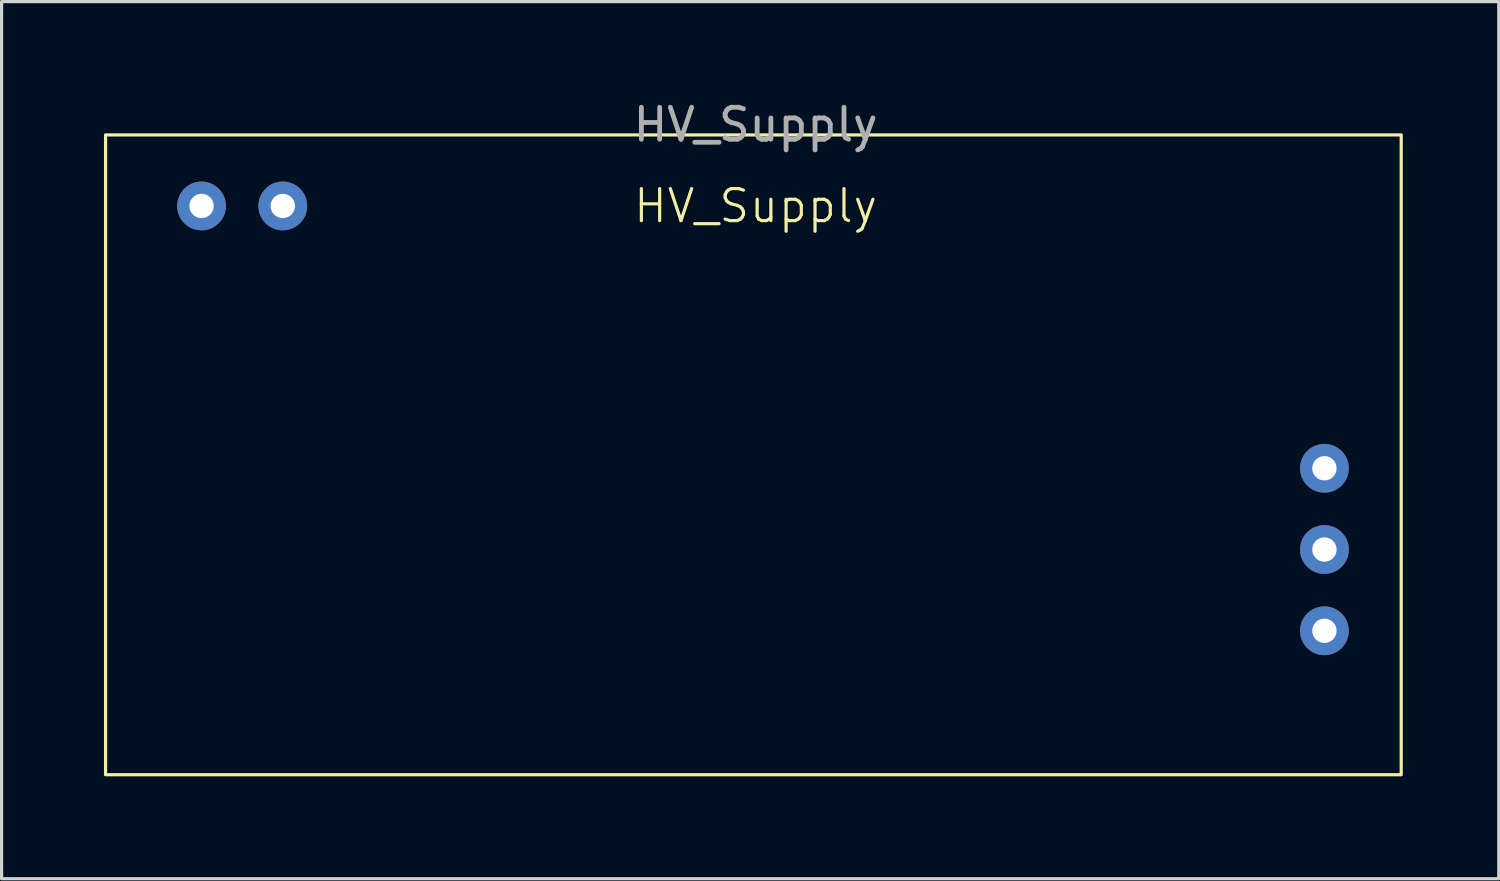
<source format=kicad_pcb>
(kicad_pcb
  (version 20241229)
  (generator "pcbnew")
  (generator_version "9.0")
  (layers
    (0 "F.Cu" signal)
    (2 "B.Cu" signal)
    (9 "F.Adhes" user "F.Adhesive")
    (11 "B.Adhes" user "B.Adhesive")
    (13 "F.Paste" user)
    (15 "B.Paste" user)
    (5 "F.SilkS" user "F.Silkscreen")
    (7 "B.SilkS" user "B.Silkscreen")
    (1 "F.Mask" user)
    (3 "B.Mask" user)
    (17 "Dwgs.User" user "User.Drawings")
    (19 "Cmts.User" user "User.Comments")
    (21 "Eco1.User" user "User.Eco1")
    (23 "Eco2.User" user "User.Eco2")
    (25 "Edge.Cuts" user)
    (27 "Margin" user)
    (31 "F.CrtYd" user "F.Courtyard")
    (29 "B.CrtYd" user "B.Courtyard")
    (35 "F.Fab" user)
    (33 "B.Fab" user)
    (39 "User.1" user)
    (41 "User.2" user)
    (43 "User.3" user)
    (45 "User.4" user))
  (footprint "HV_Supply"
    (layer "F.Cu")
    (at 0.25 21.168)
    (property "Reference" "HV_Supply" (at 20.32 -17.78 0) (unlocked yes) (layer "F.SilkS") (effects (font (size 1 1) (thickness 0.1))))
    (attr through_hole)
    (fp_rect (start 0 -20) (end 40.5 0) (stroke (width 0.1) (type default)) (fill no) (layer "F.SilkS"))
    (fp_text user "${REFERENCE}" (at 20.32 -20.32 0) (unlocked yes) (layer "F.Fab") (effects (font (size 1 1) (thickness 0.15))))
    (pad "1" thru_hole circle (at 3 -17.78) (size 1.524 1.524) (drill 0.762) (layers "*.Cu" "*.Mask"))
    (pad "2" thru_hole circle (at 5.54 -17.78) (size 1.524 1.524) (drill 0.762) (layers "*.Cu" "*.Mask"))
    (pad "3" thru_hole circle (at 38.1 -9.58) (size 1.524 1.524) (drill 0.762) (layers "*.Cu" "*.Mask"))
    (pad "4" thru_hole circle (at 38.1 -7.04) (size 1.524 1.524) (drill 0.762) (layers "*.Cu" "*.Mask"))
    (pad "5" thru_hole circle (at 38.1 -4.5) (size 1.524 1.524) (drill 0.762) (layers "*.Cu" "*.Mask")))
  (gr_rect
    (start -3 -3)
    (end 43.8 24.418)
    (stroke (width 0.1) (type default))
    (fill no)
    (layer "Edge.Cuts")))
</source>
